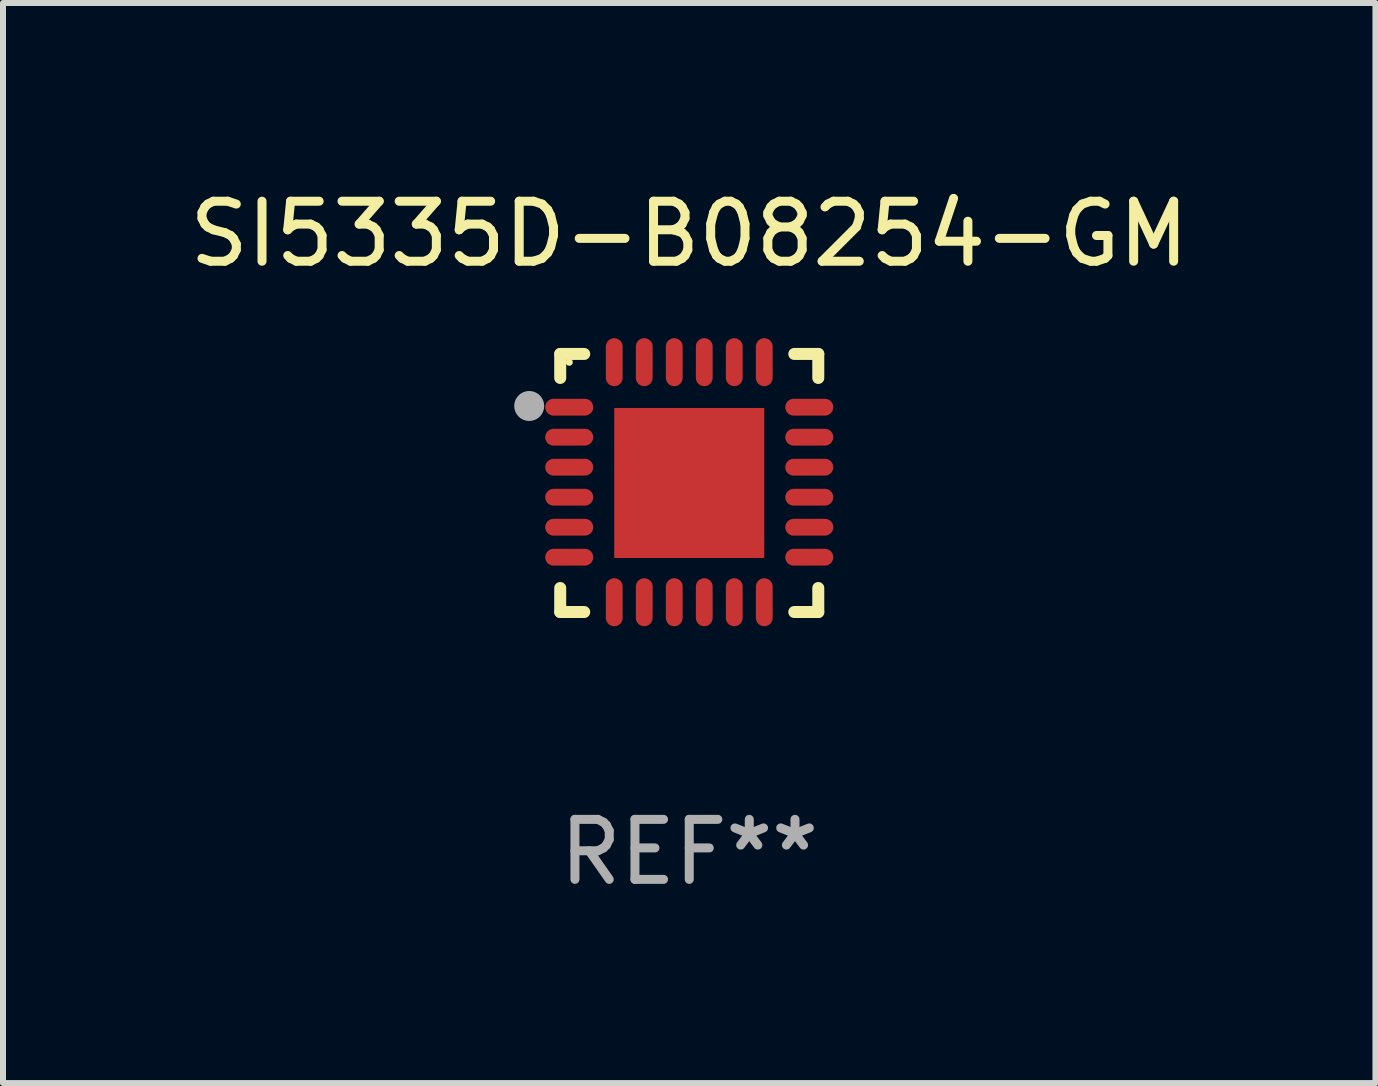
<source format=kicad_pcb>
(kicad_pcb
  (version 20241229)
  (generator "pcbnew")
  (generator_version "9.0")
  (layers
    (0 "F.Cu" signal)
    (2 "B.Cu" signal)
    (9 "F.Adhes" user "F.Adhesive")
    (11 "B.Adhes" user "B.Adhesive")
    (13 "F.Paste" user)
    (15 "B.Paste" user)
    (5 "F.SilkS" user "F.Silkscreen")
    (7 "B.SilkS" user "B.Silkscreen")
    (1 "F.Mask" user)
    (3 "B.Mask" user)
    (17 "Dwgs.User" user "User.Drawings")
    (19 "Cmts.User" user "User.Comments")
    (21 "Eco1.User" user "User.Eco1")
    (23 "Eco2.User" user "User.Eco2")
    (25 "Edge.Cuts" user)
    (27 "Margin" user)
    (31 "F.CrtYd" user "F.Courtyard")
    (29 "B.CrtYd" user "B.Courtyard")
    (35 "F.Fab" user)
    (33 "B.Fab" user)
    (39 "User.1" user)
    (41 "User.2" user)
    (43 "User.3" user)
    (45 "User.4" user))
  (footprint "SI5335D-B08254-GM"
    (layer "F.Cu")
    (at 8.435 4.998)
    (property "Reference" "SI5335D-B08254-GM" (at 0 -4.15 0) (layer "F.SilkS") (effects (font (size 1 1) (thickness 0.15))))
    (attr through_hole)
    (fp_line (start -2.15 -2.15) (end -1.75 -2.15) (stroke (width 0.2) (type solid)) (layer "F.SilkS"))
    (fp_line (start -2.15 -1.75) (end -2.15 -2.15) (stroke (width 0.2) (type solid)) (layer "F.SilkS"))
    (fp_line (start -2.15 2.15) (end -2.15 1.75) (stroke (width 0.2) (type solid)) (layer "F.SilkS"))
    (fp_line (start -1.75 2.15) (end -2.15 2.15) (stroke (width 0.2) (type solid)) (layer "F.SilkS"))
    (fp_line (start 1.75 -2.15) (end 2.15 -2.15) (stroke (width 0.2) (type solid)) (layer "F.SilkS"))
    (fp_line (start 1.75 2.15) (end 2.15 2.15) (stroke (width 0.2) (type solid)) (layer "F.SilkS"))
    (fp_line (start 2.15 -2.15) (end 2.15 -1.75) (stroke (width 0.2) (type solid)) (layer "F.SilkS"))
    (fp_line (start 2.15 2.15) (end 2.15 1.75) (stroke (width 0.2) (type solid)) (layer "F.SilkS"))
    (fp_circle (center -2 -2.013) (end -1.97 -2.013) (stroke (width 0.06) (type solid)) (fill no) (layer "F.SilkS"))
    (fp_circle (center -2.667 -1.283) (end -2.542 -1.283) (stroke (width 0.25) (type solid)) (fill no) (layer "F.Fab"))
    (fp_text user "REF**" (at 0 6.15 0) (layer "F.Fab") (effects (font (size 1 1) (thickness 0.15))))
    (pad "1" smd oval (at -2 -1.263) (size 0.8 0.28) (layers "F.Cu" "F.Mask" "F.Paste"))
    (pad "2" smd oval (at -2 -0.763) (size 0.8 0.28) (layers "F.Cu" "F.Mask" "F.Paste"))
    (pad "3" smd oval (at -2 -0.263) (size 0.8 0.28) (layers "F.Cu" "F.Mask" "F.Paste"))
    (pad "4" smd oval (at -2 0.237) (size 0.8 0.28) (layers "F.Cu" "F.Mask" "F.Paste"))
    (pad "5" smd oval (at -2 0.737) (size 0.8 0.28) (layers "F.Cu" "F.Mask" "F.Paste"))
    (pad "6" smd oval (at -2 1.237) (size 0.8 0.28) (layers "F.Cu" "F.Mask" "F.Paste"))
    (pad "7" smd oval (at -1.25 1.987) (size 0.28 0.8) (layers "F.Cu" "F.Mask" "F.Paste"))
    (pad "8" smd oval (at -0.75 1.987) (size 0.28 0.8) (layers "F.Cu" "F.Mask" "F.Paste"))
    (pad "9" smd oval (at -0.25 1.987) (size 0.28 0.8) (layers "F.Cu" "F.Mask" "F.Paste"))
    (pad "10" smd oval (at 0.25 1.987) (size 0.28 0.8) (layers "F.Cu" "F.Mask" "F.Paste"))
    (pad "11" smd oval (at 0.75 1.987) (size 0.28 0.8) (layers "F.Cu" "F.Mask" "F.Paste"))
    (pad "12" smd oval (at 1.25 1.987) (size 0.28 0.8) (layers "F.Cu" "F.Mask" "F.Paste"))
    (pad "13" smd oval (at 2 1.237) (size 0.8 0.28) (layers "F.Cu" "F.Mask" "F.Paste"))
    (pad "14" smd oval (at 2 0.737) (size 0.8 0.28) (layers "F.Cu" "F.Mask" "F.Paste"))
    (pad "15" smd oval (at 2 0.237) (size 0.8 0.28) (layers "F.Cu" "F.Mask" "F.Paste"))
    (pad "16" smd oval (at 2 -0.263) (size 0.8 0.28) (layers "F.Cu" "F.Mask" "F.Paste"))
    (pad "17" smd oval (at 2 -0.763) (size 0.8 0.28) (layers "F.Cu" "F.Mask" "F.Paste"))
    (pad "18" smd oval (at 2 -1.263) (size 0.8 0.28) (layers "F.Cu" "F.Mask" "F.Paste"))
    (pad "19" smd oval (at 1.25 -2.013) (size 0.28 0.8) (layers "F.Cu" "F.Mask" "F.Paste"))
    (pad "20" smd oval (at 0.75 -2.013) (size 0.28 0.8) (layers "F.Cu" "F.Mask" "F.Paste"))
    (pad "21" smd oval (at 0.25 -2.013) (size 0.28 0.8) (layers "F.Cu" "F.Mask" "F.Paste"))
    (pad "22" smd oval (at -0.25 -2.013) (size 0.28 0.8) (layers "F.Cu" "F.Mask" "F.Paste"))
    (pad "23" smd oval (at -0.75 -2.013) (size 0.28 0.8) (layers "F.Cu" "F.Mask" "F.Paste"))
    (pad "24" smd oval (at -1.25 -2.013) (size 0.28 0.8) (layers "F.Cu" "F.Mask" "F.Paste"))
    (pad "25" smd rect (at -0.000127 -0.00014) (size 2.5 2.5) (layers "F.Cu" "F.Mask" "F.Paste")))
  (gr_rect
    (start -3 -3)
    (end 19.869 14.997)
    (stroke (width 0.1) (type default))
    (fill no)
    (layer "Edge.Cuts")))
</source>
